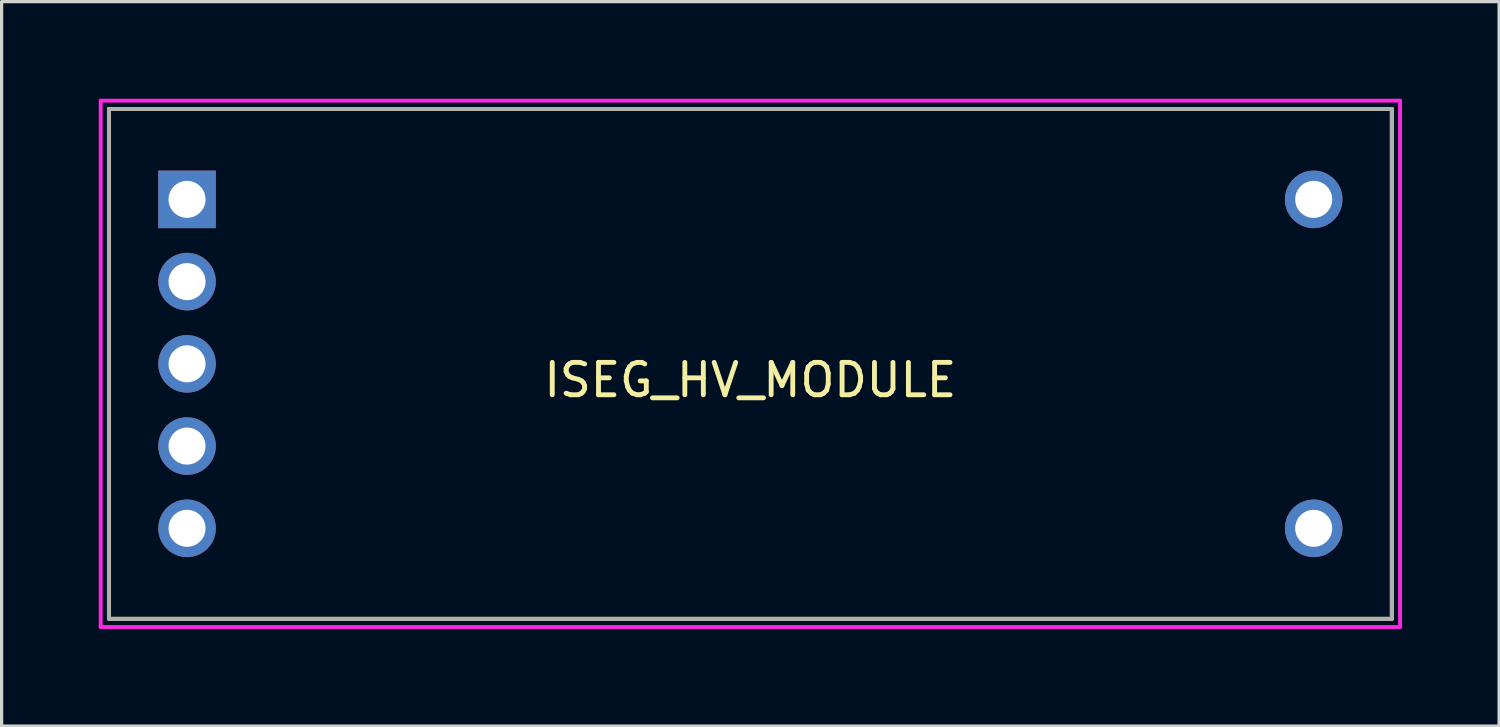
<source format=kicad_pcb>
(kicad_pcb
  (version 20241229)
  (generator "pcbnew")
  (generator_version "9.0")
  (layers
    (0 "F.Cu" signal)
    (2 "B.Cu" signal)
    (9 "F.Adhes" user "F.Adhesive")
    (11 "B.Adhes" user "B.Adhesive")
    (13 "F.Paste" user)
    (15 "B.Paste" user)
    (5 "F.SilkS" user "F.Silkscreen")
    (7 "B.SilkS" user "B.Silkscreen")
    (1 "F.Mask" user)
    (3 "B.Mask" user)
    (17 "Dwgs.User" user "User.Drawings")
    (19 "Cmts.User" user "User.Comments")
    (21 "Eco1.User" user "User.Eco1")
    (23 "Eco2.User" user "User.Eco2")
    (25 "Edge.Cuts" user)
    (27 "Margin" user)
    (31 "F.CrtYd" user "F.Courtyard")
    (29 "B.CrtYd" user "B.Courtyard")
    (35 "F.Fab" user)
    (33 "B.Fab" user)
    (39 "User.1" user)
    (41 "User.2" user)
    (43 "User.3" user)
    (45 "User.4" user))
  (footprint "ISEG_HV_MODULE"
    (layer "F.Cu")
    (at 20.126 8.188)
    (property "Reference" "ISEG_HV_MODULE" (at 0 0.5 0) (layer "F.SilkS") (effects (font (size 1 1) (thickness 0.15))))
    (attr through_hole)
    (fp_line (start -19.812 -7.874) (end 19.812 -7.874) (stroke (width 0.12) (type solid)) (layer "F.SilkS"))
    (fp_line (start -19.812 7.874) (end -19.812 -7.874) (stroke (width 0.12) (type solid)) (layer "F.SilkS"))
    (fp_line (start 19.812 -7.874) (end 19.812 7.874) (stroke (width 0.12) (type solid)) (layer "F.SilkS"))
    (fp_line (start 19.812 7.874) (end -19.812 7.874) (stroke (width 0.12) (type solid)) (layer "F.SilkS"))
    (fp_line (start -20.066 -8.128) (end 20.066 -8.128) (stroke (width 0.12) (type solid)) (layer "F.CrtYd"))
    (fp_line (start -20.066 8.128) (end -20.066 -8.128) (stroke (width 0.12) (type solid)) (layer "F.CrtYd"))
    (fp_line (start 20.066 -8.128) (end 20.066 8.128) (stroke (width 0.12) (type solid)) (layer "F.CrtYd"))
    (fp_line (start 20.066 8.128) (end -20.066 8.128) (stroke (width 0.12) (type solid)) (layer "F.CrtYd"))
    (fp_line (start -19.812 -7.874) (end 19.812 -7.874) (stroke (width 0.12) (type solid)) (layer "F.Fab"))
    (fp_line (start -19.812 7.874) (end -19.812 -7.874) (stroke (width 0.12) (type solid)) (layer "F.Fab"))
    (fp_line (start 19.812 -7.874) (end 19.812 7.874) (stroke (width 0.12) (type solid)) (layer "F.Fab"))
    (fp_line (start 19.812 7.874) (end -19.812 7.874) (stroke (width 0.12) (type solid)) (layer "F.Fab"))
    (pad "1" thru_hole rect (at -17.399 -5.08) (size 1.778 1.778) (drill 1.143) (layers "*.Cu" "*.Mask"))
    (pad "2" thru_hole circle (at -17.399 -2.54) (size 1.778 1.778) (drill 1.143) (layers "*.Cu" "*.Mask"))
    (pad "3" thru_hole circle (at -17.399 0) (size 1.778 1.778) (drill 1.143) (layers "*.Cu" "*.Mask"))
    (pad "4" thru_hole circle (at -17.399 2.54) (size 1.778 1.778) (drill 1.143) (layers "*.Cu" "*.Mask"))
    (pad "5" thru_hole circle (at -17.399 5.08) (size 1.778 1.778) (drill 1.143) (layers "*.Cu" "*.Mask"))
    (pad "6" thru_hole circle (at 17.399 5.08) (size 1.778 1.778) (drill 1.143) (layers "*.Cu" "*.Mask"))
    (pad "7" thru_hole circle (at 17.399 -5.08) (size 1.778 1.778) (drill 1.143) (layers "*.Cu" "*.Mask")))
  (gr_rect
    (start -3 -3)
    (end 43.252 19.376)
    (stroke (width 0.1) (type default))
    (fill no)
    (layer "Edge.Cuts")))
</source>
